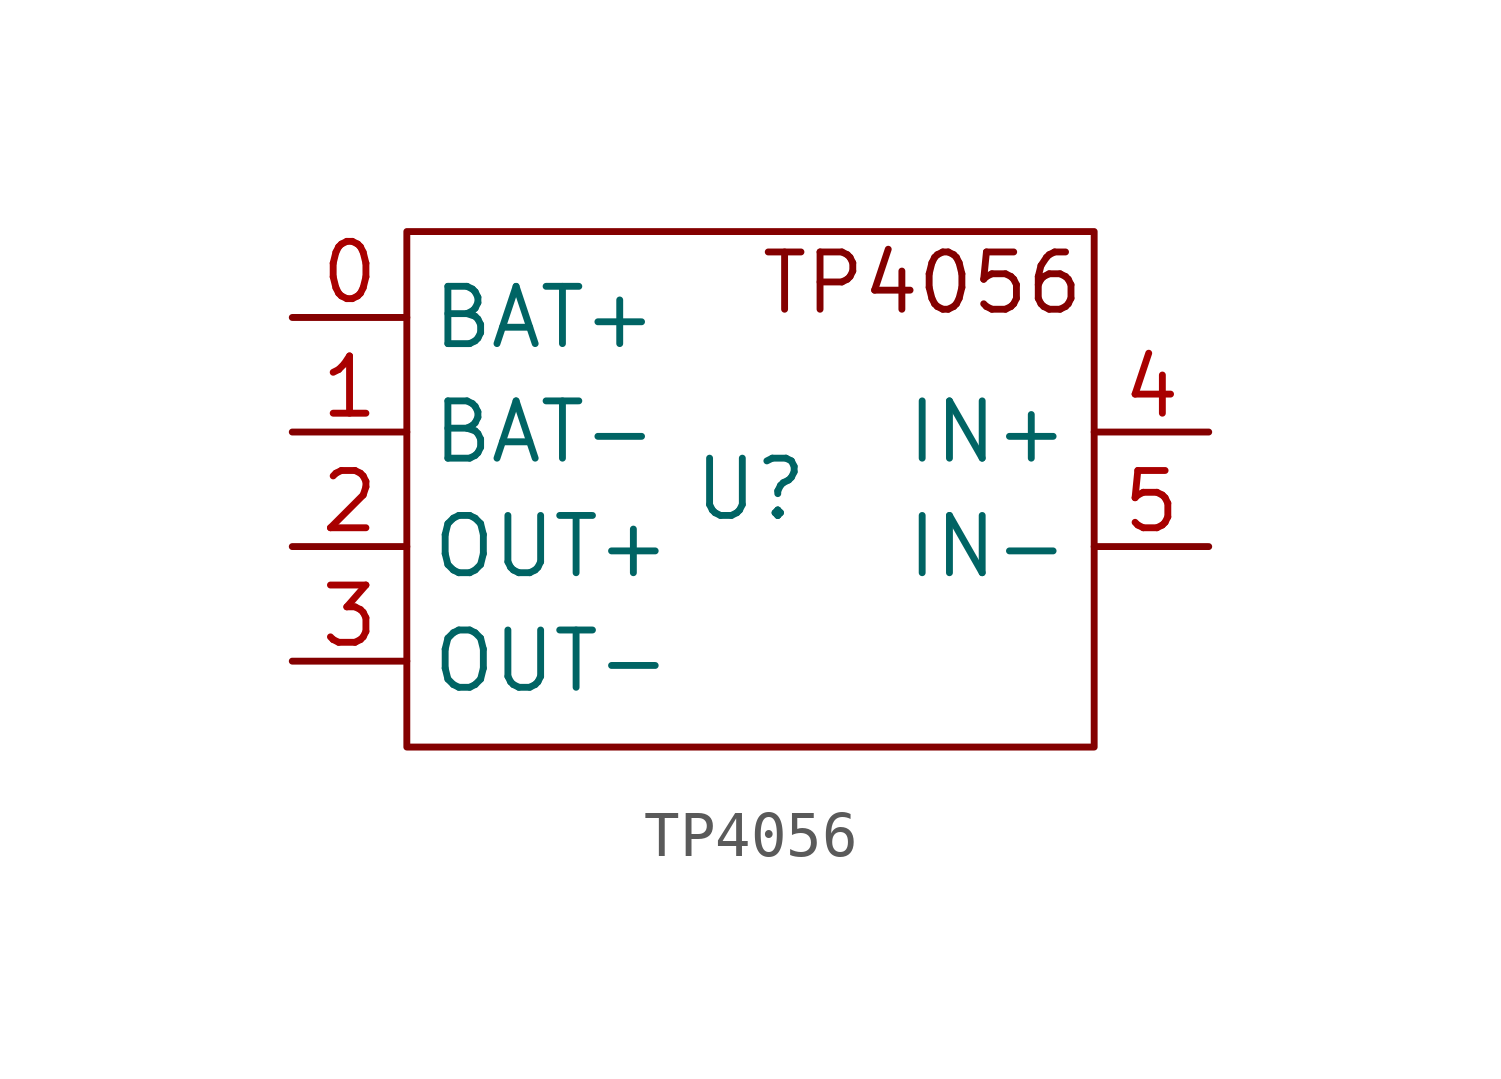
<source format=kicad_sym>
(kicad_symbol_lib
  (version 20240819)
  (generator "kicad_symbol_editor")
  (generator_version "8.99")
  (symbol "TP4056"
    (property "Reference" "U"
      (at 0 0 0)
      (effects (font (size 1.27 1.27))))
    (property "Value" ""
      (at 0 0 0)
      (effects (font (size 1.27 1.27))))
    (symbol "TP4056_0_1"
      (rectangle (start -7.62 5.715) (end 7.62 -5.715) (stroke (width 0) (type default)) (fill (type none))))
    (symbol "TP4056_1_1"
      (text "TP4056\n" (at 3.81 4.572 0) (effects (font (size 1.27 1.27))))
      (pin power_out line (at -10.16 3.81 0) (length 2.54) (name "BAT+" (effects (font (size 1.27 1.27)))) (number "0" (effects (font (size 1.27 1.27)))))
      (pin power_out line (at -10.16 1.27 0) (length 2.54) (name "BAT-" (effects (font (size 1.27 1.27)))) (number "1" (effects (font (size 1.27 1.27)))))
      (pin power_out line (at -10.16 -1.27 0) (length 2.54) (name "OUT+" (effects (font (size 1.27 1.27)))) (number "2" (effects (font (size 1.27 1.27)))))
      (pin power_out line (at -10.16 -3.81 0) (length 2.54) (name "OUT-" (effects (font (size 1.27 1.27)))) (number "3" (effects (font (size 1.27 1.27)))))
      (pin power_out line (at 10.16 1.27 180) (length 2.54) (name "IN+" (effects (font (size 1.27 1.27)))) (number "4" (effects (font (size 1.27 1.27)))))
      (pin power_out line (at 10.16 -1.27 180) (length 2.54) (name "IN-" (effects (font (size 1.27 1.27)))) (number "5" (effects (font (size 1.27 1.27))))))))
</source>
